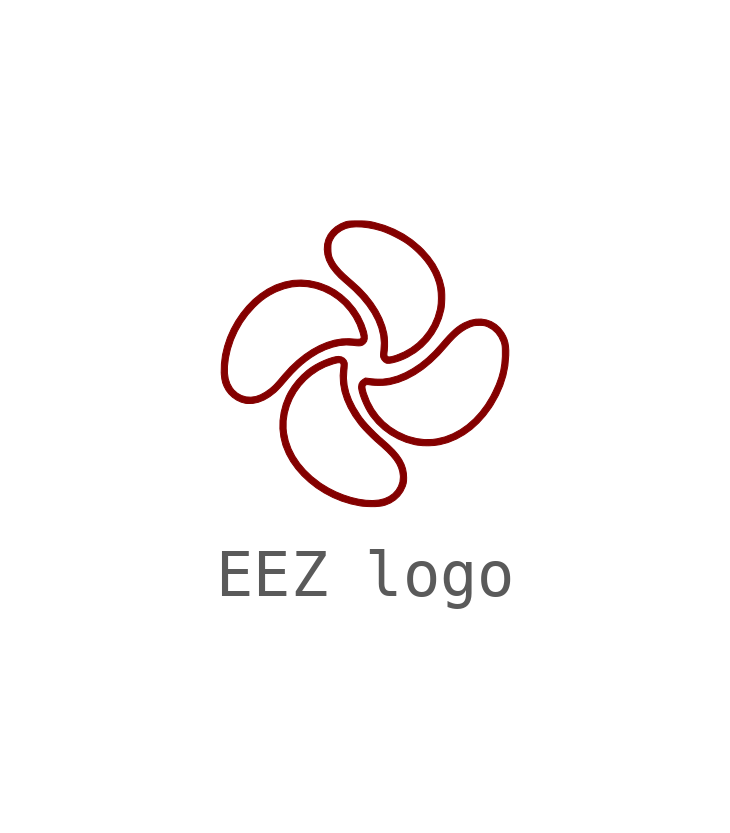
<source format=kicad_sym>
(kicad_symbol_lib
  (version 20241209)
  (generator "kicad_symbol_editor")
  (generator_version "9.0")
  (symbol "EEZ logo"
    (pin_names
      (offset 1.016))
    (property "Reference" "LOGO"
      (at 0 2.348 0)
      (effects (font (size 1.27 1.27)) (hide yes)))
    (symbol "EEZ logo_0_0"
      (polyline (pts (xy -2.333 -0.829) (xy -2.215 -0.804) (xy -2.097 -0.757) (xy -1.979 -0.688) (xy -1.862 -0.598) (xy -1.852 -0.589) (xy -1.812 -0.55) (xy -1.765 -0.501) (xy -1.714 -0.446) (xy -1.666 -0.39) (xy -1.594 -0.306) (xy -1.493 -0.196) (xy -1.397 -0.1) (xy -1.304 -0.015) (xy -1.209 0.061) (xy -1.109 0.133) (xy -0.967 0.22) (xy -0.819 0.291) (xy -0.672 0.343) (xy -0.527 0.377) (xy -0.386 0.39) (xy -0.253 0.383) (xy -0.245 0.382) (xy -0.177 0.374) (xy -0.127 0.371) (xy -0.089 0.373) (xy -0.059 0.38) (xy -0.033 0.392) (xy 0.004 0.42) (xy 0.038 0.464) (xy 0.053 0.519) (xy 0.052 0.587) (xy 0.035 0.671) (xy -0.018 0.826) (xy -0.097 0.99) (xy -0.196 1.143) (xy -0.316 1.286) (xy -0.348 1.319) (xy -0.477 1.435) (xy -0.611 1.532) (xy -0.755 1.61) (xy -0.911 1.671) (xy -0.978 1.692) (xy -1.151 1.73) (xy -1.324 1.744) (xy -1.496 1.736) (xy -1.667 1.703) (xy -1.836 1.648) (xy -1.873 1.633) (xy -2.032 1.552) (xy -2.183 1.451) (xy -2.326 1.333) (xy -2.458 1.198) (xy -2.579 1.05) (xy -2.687 0.891) (xy -2.781 0.722) (xy -2.86 0.546) (xy -2.921 0.364) (xy -2.965 0.18) (xy -2.988 -0.006) (xy -2.992 -0.19) (xy -2.991 -0.195) (xy -2.862 -0.195) (xy -2.862 -0.063) (xy -2.843 0.107) (xy -2.801 0.302) (xy -2.738 0.494) (xy -2.655 0.679) (xy -2.554 0.856) (xy -2.435 1.021) (xy -2.301 1.171) (xy -2.3 1.173) (xy -2.215 1.254) (xy -2.137 1.321) (xy -2.059 1.378) (xy -1.976 1.43) (xy -1.882 1.48) (xy -1.836 1.502) (xy -1.677 1.562) (xy -1.518 1.6) (xy -1.359 1.614) (xy -1.199 1.605) (xy -1.036 1.574) (xy -1.025 1.571) (xy -0.863 1.515) (xy -0.712 1.439) (xy -0.571 1.344) (xy -0.443 1.233) (xy -0.331 1.106) (xy -0.234 0.966) (xy -0.156 0.815) (xy -0.098 0.653) (xy -0.084 0.602) (xy -0.075 0.563) (xy -0.075 0.536) (xy -0.086 0.519) (xy -0.111 0.511) (xy -0.152 0.509) (xy -0.211 0.512) (xy -0.291 0.518) (xy -0.327 0.521) (xy -0.477 0.516) (xy -0.632 0.49) (xy -0.789 0.443) (xy -0.947 0.376) (xy -1.104 0.291) (xy -1.26 0.186) (xy -1.411 0.065) (xy -1.558 -0.073) (xy -1.698 -0.227) (xy -1.754 -0.293) (xy -1.802 -0.35) (xy -1.841 -0.394) (xy -1.872 -0.428) (xy -1.899 -0.456) (xy -1.924 -0.479) (xy -1.95 -0.502) (xy -1.979 -0.526) (xy -1.985 -0.531) (xy -2.08 -0.598) (xy -2.176 -0.65) (xy -2.266 -0.683) (xy -2.272 -0.685) (xy -2.373 -0.699) (xy -2.473 -0.693) (xy -2.567 -0.665) (xy -2.653 -0.617) (xy -2.727 -0.551) (xy -2.763 -0.505) (xy -2.813 -0.415) (xy -2.846 -0.312) (xy -2.862 -0.195) (xy -2.991 -0.195) (xy -2.99 -0.226) (xy -2.979 -0.319) (xy -2.961 -0.4) (xy -2.931 -0.476) (xy -2.888 -0.555) (xy -2.888 -0.556) (xy -2.829 -0.632) (xy -2.755 -0.702) (xy -2.669 -0.76) (xy -2.578 -0.802) (xy -2.488 -0.826) (xy -2.449 -0.831) (xy -2.333 -0.829)) (stroke (width 0.01) (type default)) (fill (type outline)))
      (polyline (pts (xy 0.224 -2.98) (xy 0.304 -2.974) (xy 0.367 -2.965) (xy 0.43 -2.949) (xy 0.541 -2.903) (xy 0.64 -2.839) (xy 0.726 -2.759) (xy 0.795 -2.664) (xy 0.846 -2.558) (xy 0.848 -2.551) (xy 0.864 -2.498) (xy 0.872 -2.444) (xy 0.874 -2.379) (xy 0.869 -2.289) (xy 0.851 -2.19) (xy 0.818 -2.095) (xy 0.77 -2.001) (xy 0.705 -1.906) (xy 0.622 -1.808) (xy 0.519 -1.706) (xy 0.396 -1.596) (xy 0.317 -1.527) (xy 0.227 -1.443) (xy 0.14 -1.355) (xy 0.059 -1.27) (xy -0.011 -1.189) (xy -0.066 -1.119) (xy -0.098 -1.072) (xy -0.198 -0.912) (xy -0.276 -0.756) (xy -0.332 -0.603) (xy -0.367 -0.451) (xy -0.381 -0.301) (xy -0.373 -0.149) (xy -0.368 -0.101) (xy -0.365 -0.048) (xy -0.364 -0.007) (xy -0.366 0.018) (xy -0.387 0.068) (xy -0.427 0.112) (xy -0.481 0.141) (xy -0.545 0.151) (xy -0.601 0.146) (xy -0.675 0.128) (xy -0.76 0.1) (xy -0.851 0.064) (xy -0.944 0.021) (xy -1.034 -0.027) (xy -1.117 -0.079) (xy -1.202 -0.141) (xy -1.313 -0.24) (xy -1.419 -0.353) (xy -1.512 -0.473) (xy -1.589 -0.595) (xy -1.631 -0.677) (xy -1.697 -0.843) (xy -1.742 -1.013) (xy -1.766 -1.186) (xy -1.768 -1.353) (xy -1.639 -1.353) (xy -1.638 -1.193) (xy -1.615 -1.035) (xy -1.572 -0.881) (xy -1.511 -0.732) (xy -1.432 -0.591) (xy -1.336 -0.459) (xy -1.226 -0.339) (xy -1.102 -0.232) (xy -0.965 -0.139) (xy -0.817 -0.063) (xy -0.659 -0.006) (xy -0.622 0.004) (xy -0.566 0.018) (xy -0.527 0.021) (xy -0.504 0.012) (xy -0.494 -0.009) (xy -0.493 -0.046) (xy -0.5 -0.1) (xy -0.512 -0.248) (xy -0.504 -0.414) (xy -0.473 -0.582) (xy -0.419 -0.751) (xy -0.343 -0.92) (xy -0.245 -1.09) (xy -0.124 -1.258) (xy -0.089 -1.301) (xy -0.024 -1.375) (xy 0.053 -1.455) (xy 0.136 -1.537) (xy 0.221 -1.617) (xy 0.303 -1.689) (xy 0.347 -1.727) (xy 0.455 -1.826) (xy 0.543 -1.917) (xy 0.614 -2.004) (xy 0.668 -2.087) (xy 0.706 -2.169) (xy 0.731 -2.252) (xy 0.743 -2.338) (xy 0.744 -2.364) (xy 0.735 -2.464) (xy 0.704 -2.556) (xy 0.655 -2.639) (xy 0.589 -2.712) (xy 0.506 -2.771) (xy 0.41 -2.815) (xy 0.3 -2.842) (xy 0.296 -2.843) (xy 0.165 -2.854) (xy 0.023 -2.848) (xy -0.128 -2.826) (xy -0.284 -2.789) (xy -0.441 -2.738) (xy -0.597 -2.674) (xy -0.748 -2.598) (xy -0.891 -2.511) (xy -0.935 -2.481) (xy -1.096 -2.356) (xy -1.237 -2.221) (xy -1.358 -2.079) (xy -1.459 -1.928) (xy -1.538 -1.771) (xy -1.595 -1.608) (xy -1.63 -1.44) (xy -1.639 -1.353) (xy -1.768 -1.353) (xy -1.768 -1.359) (xy -1.748 -1.529) (xy -1.707 -1.695) (xy -1.699 -1.718) (xy -1.631 -1.883) (xy -1.542 -2.042) (xy -1.433 -2.193) (xy -1.308 -2.335) (xy -1.166 -2.467) (xy -1.012 -2.588) (xy -0.845 -2.695) (xy -0.668 -2.788) (xy -0.483 -2.865) (xy -0.291 -2.924) (xy -0.094 -2.965) (xy -0.041 -2.972) (xy 0.045 -2.978) (xy 0.136 -2.981) (xy 0.224 -2.98)) (stroke (width 0.01) (type default)) (fill (type outline)))
      (polyline (pts (xy 0.516 0.007) (xy 0.581 0.018) (xy 0.655 0.037) (xy 0.737 0.064) (xy 0.821 0.098) (xy 0.904 0.138) (xy 0.908 0.141) (xy 1.066 0.237) (xy 1.208 0.35) (xy 1.333 0.479) (xy 1.441 0.623) (xy 1.53 0.778) (xy 1.6 0.946) (xy 1.649 1.124) (xy 1.658 1.18) (xy 1.665 1.26) (xy 1.669 1.349) (xy 1.669 1.437) (xy 1.665 1.518) (xy 1.656 1.585) (xy 1.616 1.745) (xy 1.551 1.913) (xy 1.464 2.075) (xy 1.354 2.229) (xy 1.223 2.377) (xy 1.16 2.438) (xy 0.993 2.578) (xy 0.813 2.699) (xy 0.621 2.8) (xy 0.417 2.882) (xy 0.204 2.943) (xy 0.203 2.943) (xy 0.147 2.956) (xy 0.099 2.965) (xy 0.053 2.97) (xy 0.002 2.974) (xy -0.061 2.976) (xy -0.14 2.976) (xy -0.196 2.976) (xy -0.261 2.975) (xy -0.311 2.973) (xy -0.349 2.969) (xy -0.38 2.963) (xy -0.408 2.955) (xy -0.504 2.915) (xy -0.607 2.853) (xy -0.693 2.777) (xy -0.76 2.691) (xy -0.808 2.595) (xy -0.836 2.491) (xy -0.84 2.429) (xy -0.705 2.429) (xy -0.703 2.477) (xy -0.698 2.512) (xy -0.688 2.543) (xy -0.673 2.578) (xy -0.632 2.647) (xy -0.566 2.718) (xy -0.485 2.776) (xy -0.393 2.819) (xy -0.291 2.844) (xy -0.284 2.845) (xy -0.178 2.853) (xy -0.057 2.849) (xy 0.072 2.833) (xy 0.205 2.807) (xy 0.338 2.771) (xy 0.339 2.771) (xy 0.422 2.741) (xy 0.518 2.7) (xy 0.618 2.652) (xy 0.718 2.599) (xy 0.809 2.547) (xy 0.885 2.497) (xy 0.892 2.491) (xy 0.987 2.417) (xy 1.082 2.331) (xy 1.173 2.239) (xy 1.254 2.145) (xy 1.319 2.057) (xy 1.358 1.996) (xy 1.416 1.893) (xy 1.461 1.79) (xy 1.499 1.678) (xy 1.502 1.668) (xy 1.521 1.576) (xy 1.533 1.472) (xy 1.537 1.362) (xy 1.533 1.256) (xy 1.521 1.161) (xy 1.516 1.134) (xy 1.47 0.971) (xy 1.403 0.816) (xy 1.317 0.673) (xy 1.214 0.542) (xy 1.095 0.425) (xy 0.961 0.324) (xy 0.813 0.24) (xy 0.653 0.174) (xy 0.622 0.164) (xy 0.558 0.146) (xy 0.512 0.14) (xy 0.482 0.145) (xy 0.466 0.163) (xy 0.462 0.194) (xy 0.466 0.24) (xy 0.471 0.275) (xy 0.476 0.361) (xy 0.476 0.455) (xy 0.471 0.548) (xy 0.46 0.629) (xy 0.419 0.785) (xy 0.356 0.947) (xy 0.273 1.107) (xy 0.17 1.266) (xy 0.049 1.421) (xy -0.089 1.569) (xy -0.243 1.71) (xy -0.321 1.777) (xy -0.416 1.863) (xy -0.494 1.94) (xy -0.557 2.012) (xy -0.608 2.079) (xy -0.647 2.145) (xy -0.678 2.211) (xy -0.689 2.244) (xy -0.698 2.284) (xy -0.703 2.332) (xy -0.705 2.394) (xy -0.705 2.429) (xy -0.84 2.429) (xy -0.843 2.382) (xy -0.83 2.27) (xy -0.795 2.155) (xy -0.737 2.041) (xy -0.704 1.99) (xy -0.627 1.892) (xy -0.535 1.794) (xy -0.423 1.694) (xy -0.408 1.682) (xy -0.234 1.526) (xy -0.083 1.371) (xy 0.046 1.214) (xy 0.152 1.057) (xy 0.235 0.9) (xy 0.295 0.744) (xy 0.333 0.587) (xy 0.347 0.431) (xy 0.338 0.276) (xy 0.334 0.241) (xy 0.33 0.191) (xy 0.331 0.154) (xy 0.337 0.126) (xy 0.359 0.084) (xy 0.397 0.041) (xy 0.443 0.013) (xy 0.466 0.007) (xy 0.516 0.007)) (stroke (width 0.01) (type default)) (fill (type outline)))
      (polyline (pts (xy 1.451 -1.706) (xy 1.558 -1.69) (xy 1.573 -1.688) (xy 1.748 -1.64) (xy 1.916 -1.57) (xy 2.079 -1.478) (xy 2.233 -1.367) (xy 2.378 -1.235) (xy 2.514 -1.084) (xy 2.639 -0.915) (xy 2.678 -0.854) (xy 2.789 -0.657) (xy 2.877 -0.457) (xy 2.942 -0.254) (xy 2.984 -0.047) (xy 3.002 0.163) (xy 3.003 0.169) (xy 3.004 0.273) (xy 2.998 0.361) (xy 2.986 0.436) (xy 2.966 0.506) (xy 2.937 0.574) (xy 2.896 0.647) (xy 2.824 0.741) (xy 2.739 0.817) (xy 2.643 0.875) (xy 2.539 0.912) (xy 2.429 0.93) (xy 2.315 0.927) (xy 2.198 0.902) (xy 2.082 0.855) (xy 2.051 0.84) (xy 1.988 0.803) (xy 1.928 0.761) (xy 1.866 0.711) (xy 1.802 0.651) (xy 1.732 0.58) (xy 1.654 0.493) (xy 1.565 0.39) (xy 1.439 0.251) (xy 1.295 0.114) (xy 1.145 -0.007) (xy 0.991 -0.109) (xy 0.836 -0.193) (xy 0.681 -0.258) (xy 0.527 -0.301) (xy 0.376 -0.323) (xy 0.353 -0.324) (xy 0.288 -0.324) (xy 0.216 -0.321) (xy 0.146 -0.315) (xy 0.014 -0.299) (xy -0.038 -0.33) (xy -0.087 -0.37) (xy -0.118 -0.423) (xy -0.128 -0.484) (xy 0.004 -0.484) (xy 0.011 -0.455) (xy 0.032 -0.439) (xy 0.066 -0.436) (xy 0.116 -0.443) (xy 0.145 -0.447) (xy 0.213 -0.452) (xy 0.293 -0.454) (xy 0.376 -0.452) (xy 0.455 -0.446) (xy 0.521 -0.437) (xy 0.531 -0.435) (xy 0.706 -0.389) (xy 0.88 -0.319) (xy 1.051 -0.227) (xy 1.222 -0.112) (xy 1.389 0.025) (xy 1.555 0.185) (xy 1.718 0.367) (xy 1.791 0.452) (xy 1.877 0.542) (xy 1.959 0.617) (xy 2.038 0.677) (xy 2.119 0.727) (xy 2.205 0.767) (xy 2.205 0.767) (xy 2.247 0.782) (xy 2.285 0.792) (xy 2.329 0.796) (xy 2.389 0.798) (xy 2.412 0.798) (xy 2.461 0.796) (xy 2.498 0.791) (xy 2.531 0.781) (xy 2.568 0.766) (xy 2.658 0.714) (xy 2.735 0.644) (xy 2.797 0.558) (xy 2.845 0.454) (xy 2.853 0.428) (xy 2.861 0.398) (xy 2.866 0.365) (xy 2.869 0.324) (xy 2.87 0.27) (xy 2.87 0.198) (xy 2.87 0.149) (xy 2.859 -0.0004) (xy 2.836 -0.144) (xy 2.798 -0.286) (xy 2.745 -0.433) (xy 2.674 -0.588) (xy 2.628 -0.679) (xy 2.522 -0.854) (xy 2.404 -1.012) (xy 2.275 -1.153) (xy 2.136 -1.276) (xy 1.989 -1.38) (xy 1.833 -1.464) (xy 1.672 -1.527) (xy 1.505 -1.567) (xy 1.409 -1.58) (xy 1.247 -1.583) (xy 1.084 -1.562) (xy 0.922 -1.52) (xy 0.853 -1.495) (xy 0.69 -1.419) (xy 0.54 -1.325) (xy 0.405 -1.215) (xy 0.286 -1.088) (xy 0.184 -0.946) (xy 0.1 -0.79) (xy 0.035 -0.621) (xy 0.026 -0.593) (xy 0.01 -0.529) (xy 0.004 -0.484) (xy -0.128 -0.484) (xy -0.128 -0.487) (xy -0.126 -0.518) (xy -0.113 -0.584) (xy -0.09 -0.663) (xy -0.058 -0.749) (xy -0.02 -0.838) (xy 0.023 -0.927) (xy 0.069 -1.009) (xy 0.116 -1.082) (xy 0.131 -1.102) (xy 0.249 -1.244) (xy 0.384 -1.37) (xy 0.533 -1.479) (xy 0.694 -1.569) (xy 0.864 -1.64) (xy 1.043 -1.689) (xy 1.101 -1.699) (xy 1.214 -1.71) (xy 1.333 -1.712) (xy 1.451 -1.706)) (stroke (width 0.01) (type default)) (fill (type outline))))))
</source>
